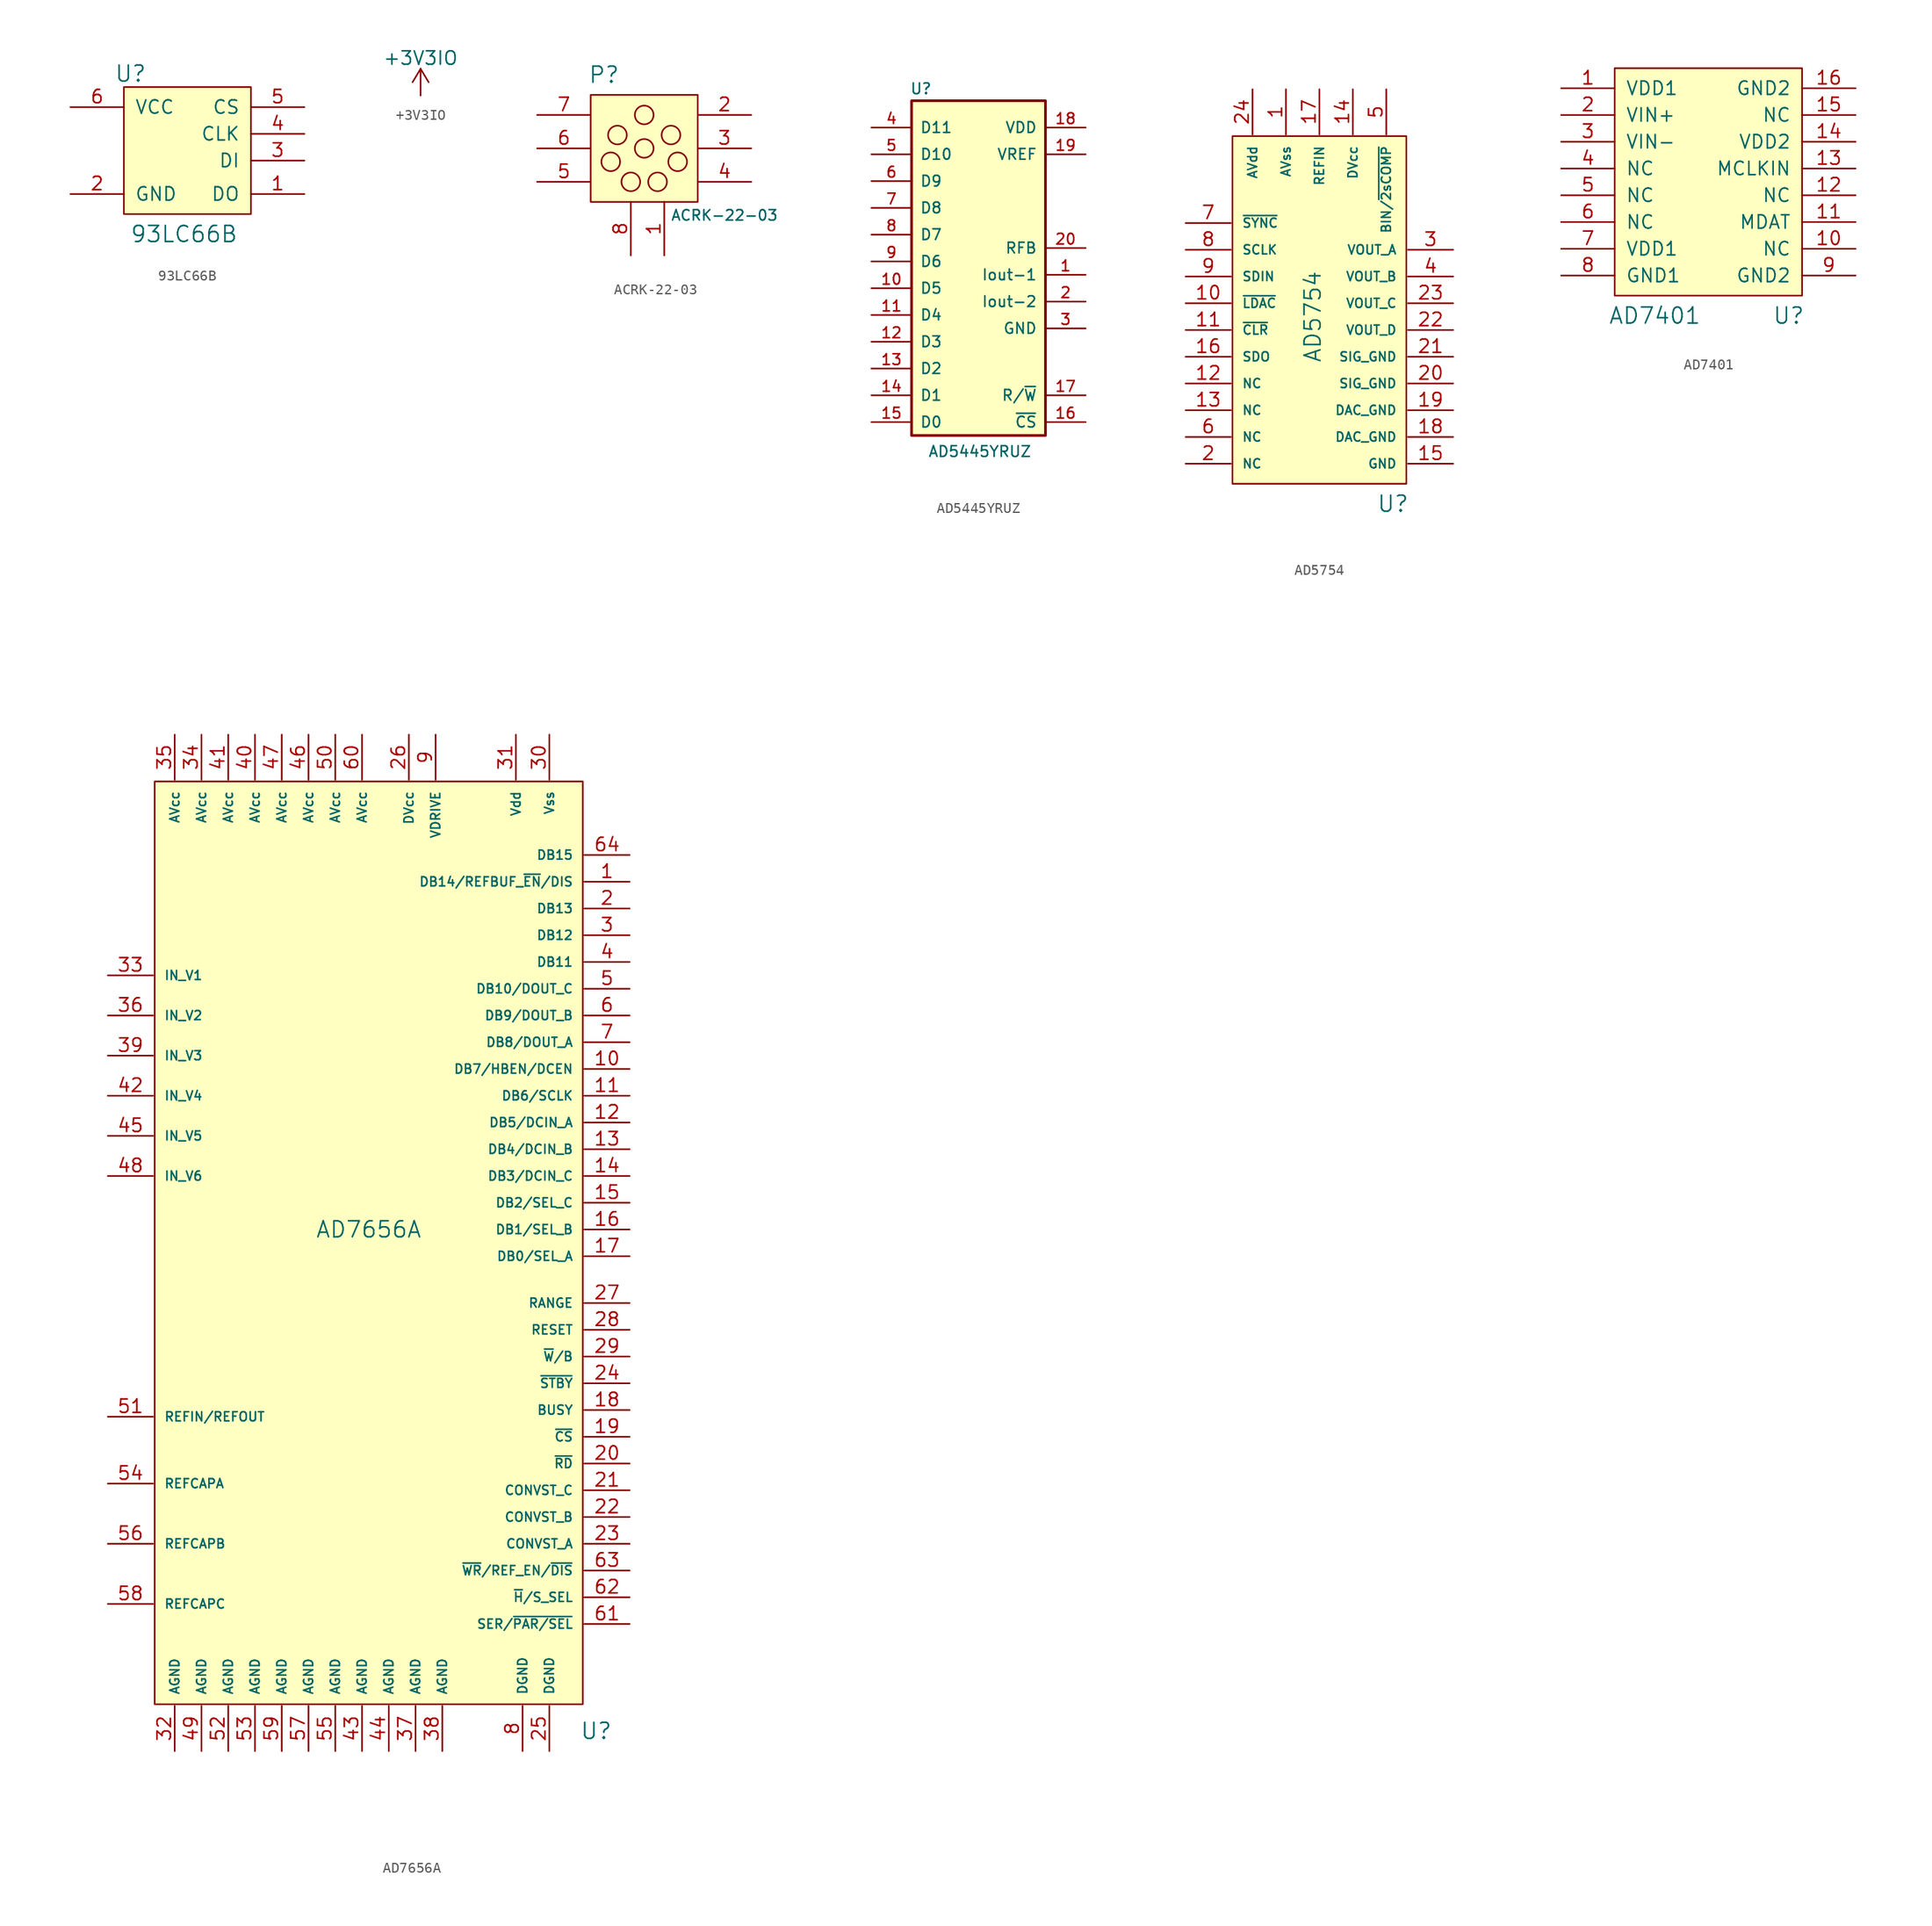
<source format=kicad_sym>
(kicad_symbol_lib
  (version 20220914)
  (generator kicad_symbol_editor)
  (symbol "93LC66B"
    (pin_names
      (offset 1.016))
    (property "Reference" "U"
      (at -5.08 7.62 0)
      (effects (font (size 1.524 1.524))))
    (property "Value" "93LC66B"
      (at 0 -7.62 0)
      (effects (font (size 1.524 1.524))))
    (property "Footprint" ""
      (at 0 -3.81 0)
      (effects (font (size 1.524 1.524))))
    (property "Datasheet" ""
      (at 0 -3.81 0)
      (effects (font (size 1.524 1.524))))
    (symbol "93LC66B_0_1"
      (rectangle (start -5.715 6.35) (end 6.35 -5.715) (stroke (width 0) (type solid)) (fill (type background))))
    (symbol "93LC66B_1_1"
      (pin passive line (at 11.43 -3.81 180) (length 5.08) (name "DO" (effects (font (size 1.27 1.27)))) (number "1" (effects (font (size 1.27 1.27)))))
      (pin passive line (at -10.795 -3.81 0) (length 5.08) (name "GND" (effects (font (size 1.27 1.27)))) (number "2" (effects (font (size 1.27 1.27)))))
      (pin passive line (at 11.43 -0.635 180) (length 5.08) (name "DI" (effects (font (size 1.27 1.27)))) (number "3" (effects (font (size 1.27 1.27)))))
      (pin passive line (at 11.43 1.905 180) (length 5.08) (name "CLK" (effects (font (size 1.27 1.27)))) (number "4" (effects (font (size 1.27 1.27)))))
      (pin passive line (at 11.43 4.445 180) (length 5.08) (name "CS" (effects (font (size 1.27 1.27)))) (number "5" (effects (font (size 1.27 1.27)))))
      (pin passive line (at -10.795 4.445 0) (length 5.08) (name "VCC" (effects (font (size 1.27 1.27)))) (number "6" (effects (font (size 1.27 1.27)))))))
  (symbol "+3V3IO"
    (power)
    (pin_names
      (offset 0))
    (property "Reference" "#PWR"
      (at 0 -3.81 0)
      (effects (font (size 1.27 1.27)) hide))
    (property "Value" "+3V3IO"
      (at 0 3.556 0)
      (effects (font (size 1.27 1.27))))
    (property "Footprint" ""
      (at 0 0 0)
      (effects (font (size 1.524 1.524))))
    (property "Datasheet" ""
      (at 0 0 0)
      (effects (font (size 1.524 1.524))))
    (symbol "+3V3IO_0_1"
      (polyline (pts (xy -0.762 1.27) (xy 0 2.54)) (stroke (width 0) (type solid)) (fill (type none)))
      (polyline (pts (xy 0 0) (xy 0 2.54)) (stroke (width 0) (type solid)) (fill (type none)))
      (polyline (pts (xy 0 2.54) (xy 0.762 1.27)) (stroke (width 0) (type solid)) (fill (type none))))
    (symbol "+3V3IO_1_1"
      (pin power_in line (at 0 0 90) (length 0) hide (name "+3V3IO" (effects (font (size 1.27 1.27)))) (number "1" (effects (font (size 1.27 1.27)))))))
  (symbol "ACRK-22-03"
    (pin_names
      (offset 1.016))
    (property "Reference" "P"
      (at 0.635 1.905 0)
      (effects (font (size 1.524 1.524))))
    (property "Value" "ACRK-22-03"
      (at 12.065 -11.43 0)
      (effects (font (size 0.991 0.991))))
    (property "Footprint" ""
      (at 4.445 -5.08 0)
      (effects (font (size 1.524 1.524))))
    (property "Datasheet" ""
      (at 4.445 -5.08 0)
      (effects (font (size 1.524 1.524))))
    (symbol "ACRK-22-03_0_1"
      (rectangle (start -0.635 0) (end 9.525 -10.16) (stroke (width 0) (type solid)) (fill (type background)))
      (circle (center 1.27 -6.35) (radius 0.889) (stroke (width 0) (type solid)) (fill (type none)))
      (circle (center 1.905 -3.81) (radius 0.889) (stroke (width 0) (type solid)) (fill (type none)))
      (circle (center 3.175 -8.255) (radius 0.889) (stroke (width 0) (type solid)) (fill (type none)))
      (circle (center 4.445 -5.08) (radius 0.889) (stroke (width 0) (type solid)) (fill (type none)))
      (circle (center 4.445 -1.905) (radius 0.889) (stroke (width 0) (type solid)) (fill (type none)))
      (circle (center 5.715 -8.255) (radius 0.889) (stroke (width 0) (type solid)) (fill (type none)))
      (circle (center 6.985 -3.81) (radius 0.889) (stroke (width 0) (type solid)) (fill (type none)))
      (circle (center 7.62 -6.35) (radius 0.889) (stroke (width 0) (type solid)) (fill (type none))))
    (symbol "ACRK-22-03_1_1"
      (pin input line (at 6.35 -15.24 90) (length 5.08) (name "~" (effects (font (size 1.27 1.27)))) (number "1" (effects (font (size 1.27 1.27)))))
      (pin input line (at 14.605 -1.905 180) (length 5.08) (name "~" (effects (font (size 1.27 1.27)))) (number "2" (effects (font (size 1.27 1.27)))))
      (pin input line (at 14.605 -5.08 180) (length 5.08) (name "~" (effects (font (size 1.27 1.27)))) (number "3" (effects (font (size 1.27 1.27)))))
      (pin input line (at 14.605 -8.255 180) (length 5.08) (name "~" (effects (font (size 1.27 1.27)))) (number "4" (effects (font (size 1.27 1.27)))))
      (pin input line (at -5.715 -8.255 0) (length 5.08) (name "~" (effects (font (size 1.27 1.27)))) (number "5" (effects (font (size 1.27 1.27)))))
      (pin input line (at -5.715 -5.08 0) (length 5.08) (name "~" (effects (font (size 1.27 1.27)))) (number "6" (effects (font (size 1.27 1.27)))))
      (pin input line (at -5.715 -1.905 0) (length 5.08) (name "~" (effects (font (size 1.27 1.27)))) (number "7" (effects (font (size 1.27 1.27)))))
      (pin input line (at 3.175 -15.24 90) (length 5.08) (name "~" (effects (font (size 1.27 1.27)))) (number "8" (effects (font (size 1.27 1.27)))))))
  (symbol "AD5445YRUZ"
    (pin_names
      (offset 0.762))
    (property "Reference" "U"
      (at -5.461 4.953 0)
      (effects (font (size 1.016 1.016))))
    (property "Value" "AD5445YRUZ"
      (at 0.127 -29.464 0)
      (effects (font (size 1.016 1.016))))
    (property "Footprint" ""
      (at 0 0 0)
      (effects (font (size 1.524 1.524))))
    (property "Datasheet" ""
      (at 0 0 0)
      (effects (font (size 1.524 1.524))))
    (symbol "AD5445YRUZ_0_1"
      (rectangle (start -6.35 -27.94) (end 6.35 3.81) (stroke (width 0.254) (type solid)) (fill (type background))))
    (symbol "AD5445YRUZ_1_1"
      (pin output line (at 10.16 -12.7 180) (length 3.81) (name "Iout-1" (effects (font (size 1.016 1.016)))) (number "1" (effects (font (size 1.016 1.016)))))
      (pin output line (at -10.16 -13.97 0) (length 3.81) (name "D5" (effects (font (size 1.016 1.016)))) (number "10" (effects (font (size 1.016 1.016)))))
      (pin output line (at -10.16 -16.51 0) (length 3.81) (name "D4" (effects (font (size 1.016 1.016)))) (number "11" (effects (font (size 1.016 1.016)))))
      (pin output line (at -10.16 -19.05 0) (length 3.81) (name "D3" (effects (font (size 1.016 1.016)))) (number "12" (effects (font (size 1.016 1.016)))))
      (pin output line (at -10.16 -21.59 0) (length 3.81) (name "D2" (effects (font (size 1.016 1.016)))) (number "13" (effects (font (size 1.016 1.016)))))
      (pin output line (at -10.16 -24.13 0) (length 3.81) (name "D1" (effects (font (size 1.016 1.016)))) (number "14" (effects (font (size 1.016 1.016)))))
      (pin output line (at -10.16 -26.67 0) (length 3.81) (name "D0" (effects (font (size 1.016 1.016)))) (number "15" (effects (font (size 1.016 1.016)))))
      (pin output line (at 10.16 -26.67 180) (length 3.81) (name "~{CS}" (effects (font (size 1.016 1.016)))) (number "16" (effects (font (size 1.016 1.016)))))
      (pin passive line (at 10.16 -24.13 180) (length 3.81) (name "R/~{W}" (effects (font (size 1.016 1.016)))) (number "17" (effects (font (size 1.016 1.016)))))
      (pin passive line (at 10.16 1.27 180) (length 3.81) (name "VDD" (effects (font (size 1.016 1.016)))) (number "18" (effects (font (size 1.016 1.016)))))
      (pin power_out line (at 10.16 -1.27 180) (length 3.81) (name "VREF" (effects (font (size 1.016 1.016)))) (number "19" (effects (font (size 1.016 1.016)))))
      (pin passive line (at 10.16 -15.24 180) (length 3.81) (name "Iout-2" (effects (font (size 1.016 1.016)))) (number "2" (effects (font (size 1.016 1.016)))))
      (pin passive line (at 10.16 -10.16 180) (length 3.81) (name "RFB" (effects (font (size 1.016 1.016)))) (number "20" (effects (font (size 1.016 1.016)))))
      (pin passive line (at 10.16 -17.78 180) (length 3.81) (name "GND" (effects (font (size 1.016 1.016)))) (number "3" (effects (font (size 1.016 1.016)))))
      (pin output line (at -10.16 1.27 0) (length 3.81) (name "D11" (effects (font (size 1.016 1.016)))) (number "4" (effects (font (size 1.016 1.016)))))
      (pin output line (at -10.16 -1.27 0) (length 3.81) (name "D10" (effects (font (size 1.016 1.016)))) (number "5" (effects (font (size 1.016 1.016)))))
      (pin output line (at -10.16 -3.81 0) (length 3.81) (name "D9" (effects (font (size 1.016 1.016)))) (number "6" (effects (font (size 1.016 1.016)))))
      (pin output line (at -10.16 -6.35 0) (length 3.81) (name "D8" (effects (font (size 1.016 1.016)))) (number "7" (effects (font (size 1.016 1.016)))))
      (pin output line (at -10.16 -8.89 0) (length 3.81) (name "D7" (effects (font (size 1.016 1.016)))) (number "8" (effects (font (size 1.016 1.016)))))
      (pin output line (at -10.16 -11.43 0) (length 3.81) (name "D6" (effects (font (size 1.016 1.016)))) (number "9" (effects (font (size 1.016 1.016)))))))
  (symbol "AD5754"
    (pin_names
      (offset 1.016))
    (property "Reference" "U"
      (at 7.62 -17.78 0)
      (effects (font (size 1.524 1.524))))
    (property "Value" "AD5754"
      (at 0 0 90)
      (effects (font (size 1.524 1.524))))
    (property "Footprint" ""
      (at 7.62 3.175 0)
      (effects (font (size 1.524 1.524))))
    (property "Datasheet" ""
      (at 7.62 3.175 0)
      (effects (font (size 1.524 1.524))))
    (symbol "AD5754_0_1"
      (rectangle (start -7.62 17.145) (end 8.89 -15.875) (stroke (width 0) (type solid)) (fill (type background))))
    (symbol "AD5754_1_1"
      (pin passive line (at -2.54 21.59 270) (length 4.293) (name "AVss" (effects (font (size 0.864 0.864)))) (number "1" (effects (font (size 1.27 1.27)))))
      (pin passive line (at -12.065 1.27 0) (length 4.293) (name "~{LDAC}" (effects (font (size 0.864 0.864)))) (number "10" (effects (font (size 1.27 1.27)))))
      (pin passive line (at -12.065 -1.27 0) (length 4.293) (name "~{CLR}" (effects (font (size 0.864 0.864)))) (number "11" (effects (font (size 1.27 1.27)))))
      (pin passive line (at -12.065 -6.35 0) (length 4.293) (name "NC" (effects (font (size 0.864 0.864)))) (number "12" (effects (font (size 1.27 1.27)))))
      (pin passive line (at -12.065 -8.89 0) (length 4.293) (name "NC" (effects (font (size 0.864 0.864)))) (number "13" (effects (font (size 1.27 1.27)))))
      (pin passive line (at 3.81 21.59 270) (length 4.293) (name "DVcc" (effects (font (size 0.864 0.864)))) (number "14" (effects (font (size 1.27 1.27)))))
      (pin passive line (at 13.335 -13.97 180) (length 4.293) (name "GND" (effects (font (size 0.864 0.864)))) (number "15" (effects (font (size 1.27 1.27)))))
      (pin passive line (at -12.065 -3.81 0) (length 4.293) (name "SDO" (effects (font (size 0.864 0.864)))) (number "16" (effects (font (size 1.27 1.27)))))
      (pin passive line (at 0.635 21.59 270) (length 4.293) (name "REFIN" (effects (font (size 0.864 0.864)))) (number "17" (effects (font (size 1.27 1.27)))))
      (pin passive line (at 13.335 -11.43 180) (length 4.293) (name "DAC_GND" (effects (font (size 0.864 0.864)))) (number "18" (effects (font (size 1.27 1.27)))))
      (pin passive line (at 13.335 -8.89 180) (length 4.293) (name "DAC_GND" (effects (font (size 0.864 0.864)))) (number "19" (effects (font (size 1.27 1.27)))))
      (pin passive line (at -12.065 -13.97 0) (length 4.293) (name "NC" (effects (font (size 0.864 0.864)))) (number "2" (effects (font (size 1.27 1.27)))))
      (pin passive line (at 13.335 -6.35 180) (length 4.293) (name "SIG_GND" (effects (font (size 0.864 0.864)))) (number "20" (effects (font (size 1.27 1.27)))))
      (pin passive line (at 13.335 -3.81 180) (length 4.293) (name "SIG_GND" (effects (font (size 0.864 0.864)))) (number "21" (effects (font (size 1.27 1.27)))))
      (pin passive line (at 13.335 -1.27 180) (length 4.293) (name "VOUT_D" (effects (font (size 0.864 0.864)))) (number "22" (effects (font (size 1.27 1.27)))))
      (pin passive line (at 13.335 1.27 180) (length 4.293) (name "VOUT_C" (effects (font (size 0.864 0.864)))) (number "23" (effects (font (size 1.27 1.27)))))
      (pin passive line (at -5.715 21.59 270) (length 4.293) (name "AVdd" (effects (font (size 0.864 0.864)))) (number "24" (effects (font (size 1.27 1.27)))))
      (pin passive line (at 13.335 6.35 180) (length 4.293) (name "VOUT_A" (effects (font (size 0.864 0.864)))) (number "3" (effects (font (size 1.27 1.27)))))
      (pin passive line (at 13.335 3.81 180) (length 4.293) (name "VOUT_B" (effects (font (size 0.864 0.864)))) (number "4" (effects (font (size 1.27 1.27)))))
      (pin passive line (at 6.985 21.59 270) (length 4.293) (name "BIN/~{2sCOMP}" (effects (font (size 0.864 0.864)))) (number "5" (effects (font (size 1.27 1.27)))))
      (pin passive line (at -12.065 -11.43 0) (length 4.293) (name "NC" (effects (font (size 0.864 0.864)))) (number "6" (effects (font (size 1.27 1.27)))))
      (pin passive line (at -12.065 8.89 0) (length 4.293) (name "~{SYNC}" (effects (font (size 0.864 0.864)))) (number "7" (effects (font (size 1.27 1.27)))))
      (pin passive line (at -12.065 6.35 0) (length 4.293) (name "SCLK" (effects (font (size 0.864 0.864)))) (number "8" (effects (font (size 1.27 1.27)))))
      (pin passive line (at -12.065 3.81 0) (length 4.293) (name "SDIN" (effects (font (size 0.864 0.864)))) (number "9" (effects (font (size 1.27 1.27)))))))
  (symbol "AD7401"
    (pin_names
      (offset 1.016))
    (property "Reference" "U"
      (at 7.62 -12.7 0)
      (effects (font (size 1.524 1.524))))
    (property "Value" "AD7401"
      (at -5.08 -12.7 0)
      (effects (font (size 1.524 1.524))))
    (property "Footprint" ""
      (at -5.08 3.81 0)
      (effects (font (size 1.524 1.524))))
    (property "Datasheet" ""
      (at -5.08 3.81 0)
      (effects (font (size 1.524 1.524))))
    (symbol "AD7401_0_1"
      (rectangle (start -8.89 10.795) (end 8.89 -10.795) (stroke (width 0) (type solid)) (fill (type background))))
    (symbol "AD7401_1_1"
      (pin passive line (at -13.97 8.89 0) (length 5.08) (name "VDD1" (effects (font (size 1.27 1.27)))) (number "1" (effects (font (size 1.27 1.27)))))
      (pin passive line (at 13.97 -6.35 180) (length 5.08) (name "NC" (effects (font (size 1.27 1.27)))) (number "10" (effects (font (size 1.27 1.27)))))
      (pin passive line (at 13.97 -3.81 180) (length 5.08) (name "MDAT" (effects (font (size 1.27 1.27)))) (number "11" (effects (font (size 1.27 1.27)))))
      (pin passive line (at 13.97 -1.27 180) (length 5.08) (name "NC" (effects (font (size 1.27 1.27)))) (number "12" (effects (font (size 1.27 1.27)))))
      (pin passive line (at 13.97 1.27 180) (length 5.08) (name "MCLKIN" (effects (font (size 1.27 1.27)))) (number "13" (effects (font (size 1.27 1.27)))))
      (pin passive line (at 13.97 3.81 180) (length 5.08) (name "VDD2" (effects (font (size 1.27 1.27)))) (number "14" (effects (font (size 1.27 1.27)))))
      (pin passive line (at 13.97 6.35 180) (length 5.08) (name "NC" (effects (font (size 1.27 1.27)))) (number "15" (effects (font (size 1.27 1.27)))))
      (pin passive line (at 13.97 8.89 180) (length 5.08) (name "GND2" (effects (font (size 1.27 1.27)))) (number "16" (effects (font (size 1.27 1.27)))))
      (pin passive line (at -13.97 6.35 0) (length 5.08) (name "VIN+" (effects (font (size 1.27 1.27)))) (number "2" (effects (font (size 1.27 1.27)))))
      (pin passive line (at -13.97 3.81 0) (length 5.08) (name "VIN-" (effects (font (size 1.27 1.27)))) (number "3" (effects (font (size 1.27 1.27)))))
      (pin passive line (at -13.97 1.27 0) (length 5.08) (name "NC" (effects (font (size 1.27 1.27)))) (number "4" (effects (font (size 1.27 1.27)))))
      (pin passive line (at -13.97 -1.27 0) (length 5.08) (name "NC" (effects (font (size 1.27 1.27)))) (number "5" (effects (font (size 1.27 1.27)))))
      (pin passive line (at -13.97 -3.81 0) (length 5.08) (name "NC" (effects (font (size 1.27 1.27)))) (number "6" (effects (font (size 1.27 1.27)))))
      (pin passive line (at -13.97 -6.35 0) (length 5.08) (name "VDD1" (effects (font (size 1.27 1.27)))) (number "7" (effects (font (size 1.27 1.27)))))
      (pin passive line (at -13.97 -8.89 0) (length 5.08) (name "GND1" (effects (font (size 1.27 1.27)))) (number "8" (effects (font (size 1.27 1.27)))))
      (pin passive line (at 13.97 -8.89 180) (length 5.08) (name "GND2" (effects (font (size 1.27 1.27)))) (number "9" (effects (font (size 1.27 1.27)))))))
  (symbol "AD7656A"
    (pin_names
      (offset 1.016))
    (property "Reference" "U"
      (at -11.43 -75.565 0)
      (effects (font (size 1.524 1.524))))
    (property "Value" "AD7656A"
      (at -33.02 -27.94 0)
      (effects (font (size 1.524 1.524))))
    (property "Footprint" ""
      (at 0 0 0)
      (effects (font (size 1.524 1.524))))
    (property "Datasheet" ""
      (at 0 0 0)
      (effects (font (size 1.524 1.524))))
    (symbol "AD7656A_0_1"
      (rectangle (start -53.34 14.605) (end -12.7 -73.025) (stroke (width 0) (type solid)) (fill (type background))))
    (symbol "AD7656A_1_1"
      (pin passive line (at -8.255 5.08 180) (length 4.293) (name "DB14/REFBUF_~{EN}/DIS" (effects (font (size 0.864 0.864)))) (number "1" (effects (font (size 1.27 1.27)))))
      (pin passive line (at -8.255 -12.7 180) (length 4.293) (name "DB7/HBEN/DCEN" (effects (font (size 0.864 0.864)))) (number "10" (effects (font (size 1.27 1.27)))))
      (pin passive line (at -8.255 -15.24 180) (length 4.293) (name "DB6/SCLK" (effects (font (size 0.864 0.864)))) (number "11" (effects (font (size 1.27 1.27)))))
      (pin passive line (at -8.255 -17.78 180) (length 4.293) (name "DB5/DCIN_A" (effects (font (size 0.864 0.864)))) (number "12" (effects (font (size 1.27 1.27)))))
      (pin passive line (at -8.255 -20.32 180) (length 4.293) (name "DB4/DCIN_B" (effects (font (size 0.864 0.864)))) (number "13" (effects (font (size 1.27 1.27)))))
      (pin passive line (at -8.255 -22.86 180) (length 4.293) (name "DB3/DCIN_C" (effects (font (size 0.864 0.864)))) (number "14" (effects (font (size 1.27 1.27)))))
      (pin passive line (at -8.255 -25.4 180) (length 4.293) (name "DB2/SEL_C" (effects (font (size 0.864 0.864)))) (number "15" (effects (font (size 1.27 1.27)))))
      (pin passive line (at -8.255 -27.94 180) (length 4.293) (name "DB1/SEL_B" (effects (font (size 0.864 0.864)))) (number "16" (effects (font (size 1.27 1.27)))))
      (pin passive line (at -8.255 -30.48 180) (length 4.293) (name "DB0/SEL_A" (effects (font (size 0.864 0.864)))) (number "17" (effects (font (size 1.27 1.27)))))
      (pin passive line (at -8.255 -45.085 180) (length 4.293) (name "BUSY" (effects (font (size 0.864 0.864)))) (number "18" (effects (font (size 1.27 1.27)))))
      (pin passive line (at -8.255 -47.625 180) (length 4.293) (name "~{CS}" (effects (font (size 0.864 0.864)))) (number "19" (effects (font (size 1.27 1.27)))))
      (pin passive line (at -8.255 2.54 180) (length 4.293) (name "DB13" (effects (font (size 0.864 0.864)))) (number "2" (effects (font (size 1.27 1.27)))))
      (pin passive line (at -8.255 -50.165 180) (length 4.293) (name "~{RD}" (effects (font (size 0.864 0.864)))) (number "20" (effects (font (size 1.27 1.27)))))
      (pin passive line (at -8.255 -52.705 180) (length 4.293) (name "CONVST_C" (effects (font (size 0.864 0.864)))) (number "21" (effects (font (size 1.27 1.27)))))
      (pin passive line (at -8.255 -55.245 180) (length 4.293) (name "CONVST_B" (effects (font (size 0.864 0.864)))) (number "22" (effects (font (size 1.27 1.27)))))
      (pin passive line (at -8.255 -57.785 180) (length 4.293) (name "CONVST_A" (effects (font (size 0.864 0.864)))) (number "23" (effects (font (size 1.27 1.27)))))
      (pin passive line (at -8.255 -42.545 180) (length 4.293) (name "~{STBY}" (effects (font (size 0.864 0.864)))) (number "24" (effects (font (size 1.27 1.27)))))
      (pin passive line (at -15.875 -77.47 90) (length 4.293) (name "DGND" (effects (font (size 0.864 0.864)))) (number "25" (effects (font (size 1.27 1.27)))))
      (pin passive line (at -29.21 19.05 270) (length 4.293) (name "DVcc" (effects (font (size 0.864 0.864)))) (number "26" (effects (font (size 1.27 1.27)))))
      (pin passive line (at -8.255 -34.925 180) (length 4.293) (name "RANGE" (effects (font (size 0.864 0.864)))) (number "27" (effects (font (size 1.27 1.27)))))
      (pin passive line (at -8.255 -37.465 180) (length 4.293) (name "RESET" (effects (font (size 0.864 0.864)))) (number "28" (effects (font (size 1.27 1.27)))))
      (pin passive line (at -8.255 -40.005 180) (length 4.293) (name "~{W}/B" (effects (font (size 0.864 0.864)))) (number "29" (effects (font (size 1.27 1.27)))))
      (pin passive line (at -8.255 0 180) (length 4.293) (name "DB12" (effects (font (size 0.864 0.864)))) (number "3" (effects (font (size 1.27 1.27)))))
      (pin passive line (at -15.875 19.05 270) (length 4.293) (name "Vss" (effects (font (size 0.864 0.864)))) (number "30" (effects (font (size 1.27 1.27)))))
      (pin passive line (at -19.05 19.05 270) (length 4.293) (name "Vdd" (effects (font (size 0.864 0.864)))) (number "31" (effects (font (size 1.27 1.27)))))
      (pin passive line (at -51.435 -77.47 90) (length 4.293) (name "AGND" (effects (font (size 0.864 0.864)))) (number "32" (effects (font (size 1.27 1.27)))))
      (pin passive line (at -57.785 -3.81 0) (length 4.293) (name "IN_V1" (effects (font (size 0.864 0.864)))) (number "33" (effects (font (size 1.27 1.27)))))
      (pin passive line (at -48.895 19.05 270) (length 4.293) (name "AVcc" (effects (font (size 0.864 0.864)))) (number "34" (effects (font (size 1.27 1.27)))))
      (pin passive line (at -51.435 19.05 270) (length 4.293) (name "AVcc" (effects (font (size 0.864 0.864)))) (number "35" (effects (font (size 1.27 1.27)))))
      (pin passive line (at -57.785 -7.62 0) (length 4.293) (name "IN_V2" (effects (font (size 0.864 0.864)))) (number "36" (effects (font (size 1.27 1.27)))))
      (pin passive line (at -28.575 -77.47 90) (length 4.293) (name "AGND" (effects (font (size 0.864 0.864)))) (number "37" (effects (font (size 1.27 1.27)))))
      (pin passive line (at -26.035 -77.47 90) (length 4.293) (name "AGND" (effects (font (size 0.864 0.864)))) (number "38" (effects (font (size 1.27 1.27)))))
      (pin passive line (at -57.785 -11.43 0) (length 4.293) (name "IN_V3" (effects (font (size 0.864 0.864)))) (number "39" (effects (font (size 1.27 1.27)))))
      (pin passive line (at -8.255 -2.54 180) (length 4.293) (name "DB11" (effects (font (size 0.864 0.864)))) (number "4" (effects (font (size 1.27 1.27)))))
      (pin passive line (at -43.815 19.05 270) (length 4.293) (name "AVcc" (effects (font (size 0.864 0.864)))) (number "40" (effects (font (size 1.27 1.27)))))
      (pin passive line (at -46.355 19.05 270) (length 4.293) (name "AVcc" (effects (font (size 0.864 0.864)))) (number "41" (effects (font (size 1.27 1.27)))))
      (pin passive line (at -57.785 -15.24 0) (length 4.293) (name "IN_V4" (effects (font (size 0.864 0.864)))) (number "42" (effects (font (size 1.27 1.27)))))
      (pin passive line (at -33.655 -77.47 90) (length 4.293) (name "AGND" (effects (font (size 0.864 0.864)))) (number "43" (effects (font (size 1.27 1.27)))))
      (pin passive line (at -31.115 -77.47 90) (length 4.293) (name "AGND" (effects (font (size 0.864 0.864)))) (number "44" (effects (font (size 1.27 1.27)))))
      (pin passive line (at -57.785 -19.05 0) (length 4.293) (name "IN_V5" (effects (font (size 0.864 0.864)))) (number "45" (effects (font (size 1.27 1.27)))))
      (pin passive line (at -38.735 19.05 270) (length 4.293) (name "AVcc" (effects (font (size 0.864 0.864)))) (number "46" (effects (font (size 1.27 1.27)))))
      (pin passive line (at -41.275 19.05 270) (length 4.293) (name "AVcc" (effects (font (size 0.864 0.864)))) (number "47" (effects (font (size 1.27 1.27)))))
      (pin passive line (at -57.785 -22.86 0) (length 4.293) (name "IN_V6" (effects (font (size 0.864 0.864)))) (number "48" (effects (font (size 1.27 1.27)))))
      (pin passive line (at -48.895 -77.47 90) (length 4.293) (name "AGND" (effects (font (size 0.864 0.864)))) (number "49" (effects (font (size 1.27 1.27)))))
      (pin passive line (at -8.255 -5.08 180) (length 4.293) (name "DB10/DOUT_C" (effects (font (size 0.864 0.864)))) (number "5" (effects (font (size 1.27 1.27)))))
      (pin passive line (at -36.195 19.05 270) (length 4.293) (name "AVcc" (effects (font (size 0.864 0.864)))) (number "50" (effects (font (size 1.27 1.27)))))
      (pin passive line (at -57.785 -45.72 0) (length 4.293) (name "REFIN/REFOUT" (effects (font (size 0.864 0.864)))) (number "51" (effects (font (size 1.27 1.27)))))
      (pin passive line (at -46.355 -77.47 90) (length 4.293) (name "AGND" (effects (font (size 0.864 0.864)))) (number "52" (effects (font (size 1.27 1.27)))))
      (pin passive line (at -43.815 -77.47 90) (length 4.293) (name "AGND" (effects (font (size 0.864 0.864)))) (number "53" (effects (font (size 1.27 1.27)))))
      (pin passive line (at -57.785 -52.07 0) (length 4.293) (name "REFCAPA" (effects (font (size 0.864 0.864)))) (number "54" (effects (font (size 1.27 1.27)))))
      (pin passive line (at -36.195 -77.47 90) (length 4.293) (name "AGND" (effects (font (size 0.864 0.864)))) (number "55" (effects (font (size 1.27 1.27)))))
      (pin passive line (at -57.785 -57.785 0) (length 4.293) (name "REFCAPB" (effects (font (size 0.864 0.864)))) (number "56" (effects (font (size 1.27 1.27)))))
      (pin passive line (at -38.735 -77.47 90) (length 4.293) (name "AGND" (effects (font (size 0.864 0.864)))) (number "57" (effects (font (size 1.27 1.27)))))
      (pin passive line (at -57.785 -63.5 0) (length 4.293) (name "REFCAPC" (effects (font (size 0.864 0.864)))) (number "58" (effects (font (size 1.27 1.27)))))
      (pin passive line (at -41.275 -77.47 90) (length 4.293) (name "AGND" (effects (font (size 0.864 0.864)))) (number "59" (effects (font (size 1.27 1.27)))))
      (pin passive line (at -8.255 -7.62 180) (length 4.293) (name "DB9/DOUT_B" (effects (font (size 0.864 0.864)))) (number "6" (effects (font (size 1.27 1.27)))))
      (pin passive line (at -33.655 19.05 270) (length 4.293) (name "AVcc" (effects (font (size 0.864 0.864)))) (number "60" (effects (font (size 1.27 1.27)))))
      (pin passive line (at -8.255 -65.405 180) (length 4.293) (name "SER/~{PAR/SEL}" (effects (font (size 0.864 0.864)))) (number "61" (effects (font (size 1.27 1.27)))))
      (pin passive line (at -8.255 -62.865 180) (length 4.293) (name "~{H}/S_SEL" (effects (font (size 0.864 0.864)))) (number "62" (effects (font (size 1.27 1.27)))))
      (pin passive line (at -8.255 -60.325 180) (length 4.293) (name "~{WR}/REF_EN/~{DIS}" (effects (font (size 0.864 0.864)))) (number "63" (effects (font (size 1.27 1.27)))))
      (pin passive line (at -8.255 7.62 180) (length 4.293) (name "DB15" (effects (font (size 0.864 0.864)))) (number "64" (effects (font (size 1.27 1.27)))))
      (pin passive line (at -8.255 -10.16 180) (length 4.293) (name "DB8/DOUT_A" (effects (font (size 0.864 0.864)))) (number "7" (effects (font (size 1.27 1.27)))))
      (pin passive line (at -18.415 -77.47 90) (length 4.293) (name "DGND" (effects (font (size 0.864 0.864)))) (number "8" (effects (font (size 1.27 1.27)))))
      (pin passive line (at -26.67 19.05 270) (length 4.293) (name "VDRIVE" (effects (font (size 0.864 0.864)))) (number "9" (effects (font (size 1.27 1.27))))))))
</source>
